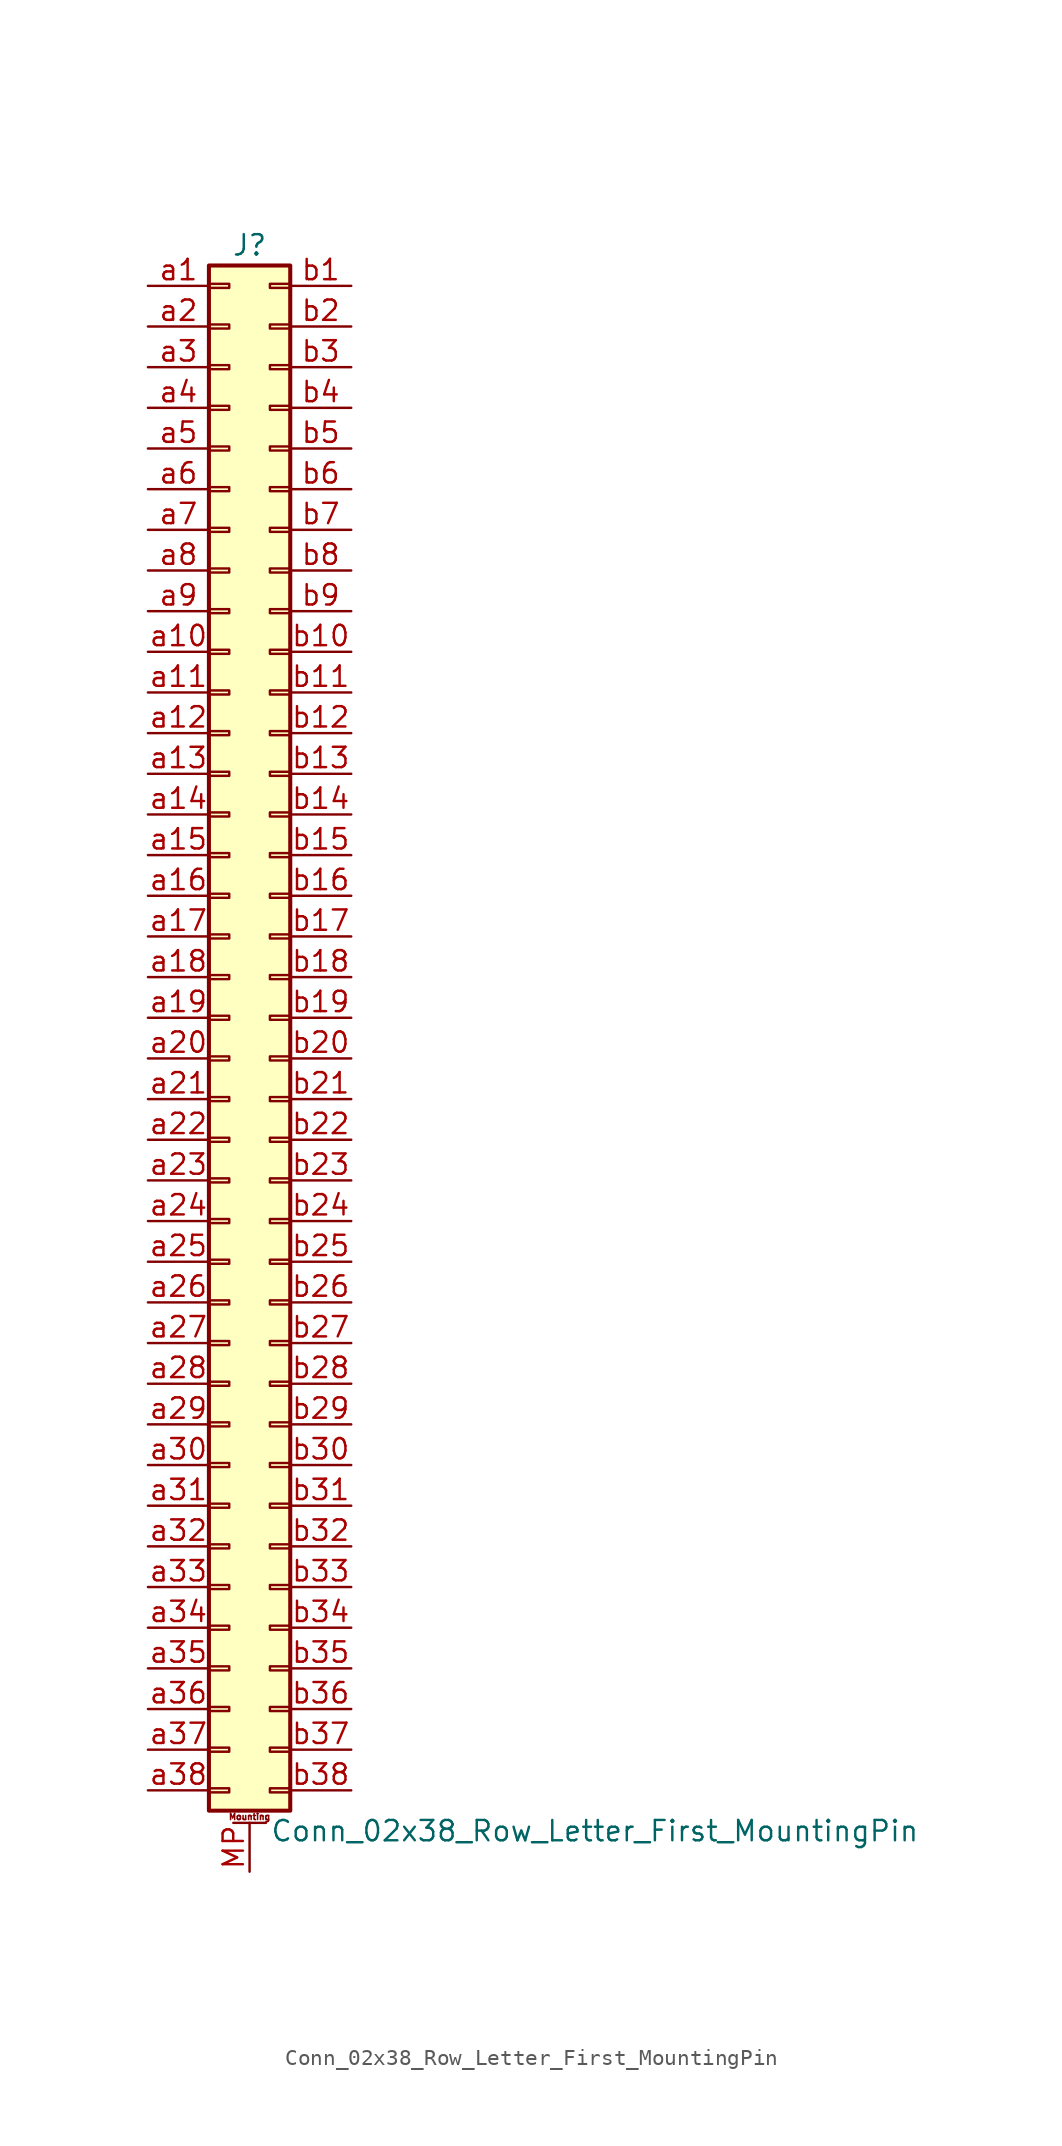
<source format=kicad_sym>
(kicad_symbol_lib
  (version 20201005)
  (generator kicad_symbol_editor)
  (symbol "Conn_02x38_Row_Letter_First_MountingPin"
    (pin_names
      (offset 1.016) hide)
    (property "Reference" "J"
      (at 1.27 48.26 0)
      (effects (font (size 1.27 1.27))))
    (property "Value" "Conn_02x38_Row_Letter_First_MountingPin"
      (at 2.54 -50.8 0)
      (effects (font (size 1.27 1.27)) (justify left)))
    (symbol "Conn_02x38_Row_Letter_First_MountingPin_1_1"
      (text "Mounting" (at 1.27 -49.911 0) (effects (font (size 0.381 0.381))))
      (rectangle (start -1.27 -48.133) (end 0 -48.387) (stroke (width 0.152)) (fill (type none)))
      (rectangle (start -1.27 -45.593) (end 0 -45.847) (stroke (width 0.152)) (fill (type none)))
      (rectangle (start -1.27 -43.053) (end 0 -43.307) (stroke (width 0.152)) (fill (type none)))
      (rectangle (start -1.27 -40.513) (end 0 -40.767) (stroke (width 0.152)) (fill (type none)))
      (rectangle (start -1.27 -37.973) (end 0 -38.227) (stroke (width 0.152)) (fill (type none)))
      (rectangle (start -1.27 -35.433) (end 0 -35.687) (stroke (width 0.152)) (fill (type none)))
      (rectangle (start -1.27 -32.893) (end 0 -33.147) (stroke (width 0.152)) (fill (type none)))
      (rectangle (start -1.27 -30.353) (end 0 -30.607) (stroke (width 0.152)) (fill (type none)))
      (rectangle (start -1.27 -27.813) (end 0 -28.067) (stroke (width 0.152)) (fill (type none)))
      (rectangle (start -1.27 -25.273) (end 0 -25.527) (stroke (width 0.152)) (fill (type none)))
      (rectangle (start -1.27 -22.733) (end 0 -22.987) (stroke (width 0.152)) (fill (type none)))
      (rectangle (start -1.27 -20.193) (end 0 -20.447) (stroke (width 0.152)) (fill (type none)))
      (rectangle (start -1.27 -17.653) (end 0 -17.907) (stroke (width 0.152)) (fill (type none)))
      (rectangle (start -1.27 -15.113) (end 0 -15.367) (stroke (width 0.152)) (fill (type none)))
      (rectangle (start -1.27 -12.573) (end 0 -12.827) (stroke (width 0.152)) (fill (type none)))
      (rectangle (start -1.27 -10.033) (end 0 -10.287) (stroke (width 0.152)) (fill (type none)))
      (rectangle (start -1.27 -7.493) (end 0 -7.747) (stroke (width 0.152)) (fill (type none)))
      (rectangle (start -1.27 -4.953) (end 0 -5.207) (stroke (width 0.152)) (fill (type none)))
      (rectangle (start -1.27 -2.413) (end 0 -2.667) (stroke (width 0.152)) (fill (type none)))
      (rectangle (start -1.27 0.127) (end 0 -0.127) (stroke (width 0.152)) (fill (type none)))
      (rectangle (start -1.27 2.667) (end 0 2.413) (stroke (width 0.152)) (fill (type none)))
      (rectangle (start -1.27 5.207) (end 0 4.953) (stroke (width 0.152)) (fill (type none)))
      (rectangle (start -1.27 7.747) (end 0 7.493) (stroke (width 0.152)) (fill (type none)))
      (rectangle (start -1.27 10.287) (end 0 10.033) (stroke (width 0.152)) (fill (type none)))
      (rectangle (start -1.27 12.827) (end 0 12.573) (stroke (width 0.152)) (fill (type none)))
      (rectangle (start -1.27 15.367) (end 0 15.113) (stroke (width 0.152)) (fill (type none)))
      (rectangle (start -1.27 17.907) (end 0 17.653) (stroke (width 0.152)) (fill (type none)))
      (rectangle (start -1.27 20.447) (end 0 20.193) (stroke (width 0.152)) (fill (type none)))
      (rectangle (start -1.27 22.987) (end 0 22.733) (stroke (width 0.152)) (fill (type none)))
      (rectangle (start -1.27 25.527) (end 0 25.273) (stroke (width 0.152)) (fill (type none)))
      (rectangle (start -1.27 28.067) (end 0 27.813) (stroke (width 0.152)) (fill (type none)))
      (rectangle (start -1.27 30.607) (end 0 30.353) (stroke (width 0.152)) (fill (type none)))
      (rectangle (start -1.27 33.147) (end 0 32.893) (stroke (width 0.152)) (fill (type none)))
      (rectangle (start -1.27 35.687) (end 0 35.433) (stroke (width 0.152)) (fill (type none)))
      (rectangle (start -1.27 38.227) (end 0 37.973) (stroke (width 0.152)) (fill (type none)))
      (rectangle (start -1.27 40.767) (end 0 40.513) (stroke (width 0.152)) (fill (type none)))
      (rectangle (start -1.27 43.307) (end 0 43.053) (stroke (width 0.152)) (fill (type none)))
      (rectangle (start -1.27 45.847) (end 0 45.593) (stroke (width 0.152)) (fill (type none)))
      (rectangle (start -1.27 46.99) (end 3.81 -49.53) (stroke (width 0.254)) (fill (type background)))
      (rectangle (start 3.81 -48.133) (end 2.54 -48.387) (stroke (width 0.152)) (fill (type none)))
      (rectangle (start 3.81 -45.593) (end 2.54 -45.847) (stroke (width 0.152)) (fill (type none)))
      (rectangle (start 3.81 -43.053) (end 2.54 -43.307) (stroke (width 0.152)) (fill (type none)))
      (rectangle (start 3.81 -40.513) (end 2.54 -40.767) (stroke (width 0.152)) (fill (type none)))
      (rectangle (start 3.81 -37.973) (end 2.54 -38.227) (stroke (width 0.152)) (fill (type none)))
      (rectangle (start 3.81 -35.433) (end 2.54 -35.687) (stroke (width 0.152)) (fill (type none)))
      (rectangle (start 3.81 -32.893) (end 2.54 -33.147) (stroke (width 0.152)) (fill (type none)))
      (rectangle (start 3.81 -30.353) (end 2.54 -30.607) (stroke (width 0.152)) (fill (type none)))
      (rectangle (start 3.81 -27.813) (end 2.54 -28.067) (stroke (width 0.152)) (fill (type none)))
      (rectangle (start 3.81 -25.273) (end 2.54 -25.527) (stroke (width 0.152)) (fill (type none)))
      (rectangle (start 3.81 -22.733) (end 2.54 -22.987) (stroke (width 0.152)) (fill (type none)))
      (rectangle (start 3.81 -20.193) (end 2.54 -20.447) (stroke (width 0.152)) (fill (type none)))
      (rectangle (start 3.81 -17.653) (end 2.54 -17.907) (stroke (width 0.152)) (fill (type none)))
      (rectangle (start 3.81 -15.113) (end 2.54 -15.367) (stroke (width 0.152)) (fill (type none)))
      (rectangle (start 3.81 -12.573) (end 2.54 -12.827) (stroke (width 0.152)) (fill (type none)))
      (rectangle (start 3.81 -10.033) (end 2.54 -10.287) (stroke (width 0.152)) (fill (type none)))
      (rectangle (start 3.81 -7.493) (end 2.54 -7.747) (stroke (width 0.152)) (fill (type none)))
      (rectangle (start 3.81 -4.953) (end 2.54 -5.207) (stroke (width 0.152)) (fill (type none)))
      (rectangle (start 3.81 -2.413) (end 2.54 -2.667) (stroke (width 0.152)) (fill (type none)))
      (rectangle (start 3.81 0.127) (end 2.54 -0.127) (stroke (width 0.152)) (fill (type none)))
      (rectangle (start 3.81 2.667) (end 2.54 2.413) (stroke (width 0.152)) (fill (type none)))
      (rectangle (start 3.81 5.207) (end 2.54 4.953) (stroke (width 0.152)) (fill (type none)))
      (rectangle (start 3.81 7.747) (end 2.54 7.493) (stroke (width 0.152)) (fill (type none)))
      (rectangle (start 3.81 10.287) (end 2.54 10.033) (stroke (width 0.152)) (fill (type none)))
      (rectangle (start 3.81 12.827) (end 2.54 12.573) (stroke (width 0.152)) (fill (type none)))
      (rectangle (start 3.81 15.367) (end 2.54 15.113) (stroke (width 0.152)) (fill (type none)))
      (rectangle (start 3.81 17.907) (end 2.54 17.653) (stroke (width 0.152)) (fill (type none)))
      (rectangle (start 3.81 20.447) (end 2.54 20.193) (stroke (width 0.152)) (fill (type none)))
      (rectangle (start 3.81 22.987) (end 2.54 22.733) (stroke (width 0.152)) (fill (type none)))
      (rectangle (start 3.81 25.527) (end 2.54 25.273) (stroke (width 0.152)) (fill (type none)))
      (rectangle (start 3.81 28.067) (end 2.54 27.813) (stroke (width 0.152)) (fill (type none)))
      (rectangle (start 3.81 30.607) (end 2.54 30.353) (stroke (width 0.152)) (fill (type none)))
      (rectangle (start 3.81 33.147) (end 2.54 32.893) (stroke (width 0.152)) (fill (type none)))
      (rectangle (start 3.81 35.687) (end 2.54 35.433) (stroke (width 0.152)) (fill (type none)))
      (rectangle (start 3.81 38.227) (end 2.54 37.973) (stroke (width 0.152)) (fill (type none)))
      (rectangle (start 3.81 40.767) (end 2.54 40.513) (stroke (width 0.152)) (fill (type none)))
      (rectangle (start 3.81 43.307) (end 2.54 43.053) (stroke (width 0.152)) (fill (type none)))
      (rectangle (start 3.81 45.847) (end 2.54 45.593) (stroke (width 0.152)) (fill (type none)))
      (polyline (pts (xy 0.254 -50.292) (xy 2.286 -50.292)) (stroke (width 0.152)) (fill (type none)))
      (pin passive line (at 1.27 -53.34 90) (length 3.048) (name "MountPin" (effects (font (size 1.27 1.27)))) (number "MP" (effects (font (size 1.27 1.27)))))
      (pin passive line (at -5.08 45.72 0) (length 3.81) (name "Pin_a1" (effects (font (size 1.27 1.27)))) (number "a1" (effects (font (size 1.27 1.27)))))
      (pin passive line (at -5.08 22.86 0) (length 3.81) (name "Pin_a10" (effects (font (size 1.27 1.27)))) (number "a10" (effects (font (size 1.27 1.27)))))
      (pin passive line (at -5.08 20.32 0) (length 3.81) (name "Pin_a11" (effects (font (size 1.27 1.27)))) (number "a11" (effects (font (size 1.27 1.27)))))
      (pin passive line (at -5.08 17.78 0) (length 3.81) (name "Pin_a12" (effects (font (size 1.27 1.27)))) (number "a12" (effects (font (size 1.27 1.27)))))
      (pin passive line (at -5.08 15.24 0) (length 3.81) (name "Pin_a13" (effects (font (size 1.27 1.27)))) (number "a13" (effects (font (size 1.27 1.27)))))
      (pin passive line (at -5.08 12.7 0) (length 3.81) (name "Pin_a14" (effects (font (size 1.27 1.27)))) (number "a14" (effects (font (size 1.27 1.27)))))
      (pin passive line (at -5.08 10.16 0) (length 3.81) (name "Pin_a15" (effects (font (size 1.27 1.27)))) (number "a15" (effects (font (size 1.27 1.27)))))
      (pin passive line (at -5.08 7.62 0) (length 3.81) (name "Pin_a16" (effects (font (size 1.27 1.27)))) (number "a16" (effects (font (size 1.27 1.27)))))
      (pin passive line (at -5.08 5.08 0) (length 3.81) (name "Pin_a17" (effects (font (size 1.27 1.27)))) (number "a17" (effects (font (size 1.27 1.27)))))
      (pin passive line (at -5.08 2.54 0) (length 3.81) (name "Pin_a18" (effects (font (size 1.27 1.27)))) (number "a18" (effects (font (size 1.27 1.27)))))
      (pin passive line (at -5.08 0 0) (length 3.81) (name "Pin_a19" (effects (font (size 1.27 1.27)))) (number "a19" (effects (font (size 1.27 1.27)))))
      (pin passive line (at -5.08 43.18 0) (length 3.81) (name "Pin_a2" (effects (font (size 1.27 1.27)))) (number "a2" (effects (font (size 1.27 1.27)))))
      (pin passive line (at -5.08 -2.54 0) (length 3.81) (name "Pin_a20" (effects (font (size 1.27 1.27)))) (number "a20" (effects (font (size 1.27 1.27)))))
      (pin passive line (at -5.08 -5.08 0) (length 3.81) (name "Pin_a21" (effects (font (size 1.27 1.27)))) (number "a21" (effects (font (size 1.27 1.27)))))
      (pin passive line (at -5.08 -7.62 0) (length 3.81) (name "Pin_a22" (effects (font (size 1.27 1.27)))) (number "a22" (effects (font (size 1.27 1.27)))))
      (pin passive line (at -5.08 -10.16 0) (length 3.81) (name "Pin_a23" (effects (font (size 1.27 1.27)))) (number "a23" (effects (font (size 1.27 1.27)))))
      (pin passive line (at -5.08 -12.7 0) (length 3.81) (name "Pin_a24" (effects (font (size 1.27 1.27)))) (number "a24" (effects (font (size 1.27 1.27)))))
      (pin passive line (at -5.08 -15.24 0) (length 3.81) (name "Pin_a25" (effects (font (size 1.27 1.27)))) (number "a25" (effects (font (size 1.27 1.27)))))
      (pin passive line (at -5.08 -17.78 0) (length 3.81) (name "Pin_a26" (effects (font (size 1.27 1.27)))) (number "a26" (effects (font (size 1.27 1.27)))))
      (pin passive line (at -5.08 -20.32 0) (length 3.81) (name "Pin_a27" (effects (font (size 1.27 1.27)))) (number "a27" (effects (font (size 1.27 1.27)))))
      (pin passive line (at -5.08 -22.86 0) (length 3.81) (name "Pin_a28" (effects (font (size 1.27 1.27)))) (number "a28" (effects (font (size 1.27 1.27)))))
      (pin passive line (at -5.08 -25.4 0) (length 3.81) (name "Pin_a29" (effects (font (size 1.27 1.27)))) (number "a29" (effects (font (size 1.27 1.27)))))
      (pin passive line (at -5.08 40.64 0) (length 3.81) (name "Pin_a3" (effects (font (size 1.27 1.27)))) (number "a3" (effects (font (size 1.27 1.27)))))
      (pin passive line (at -5.08 -27.94 0) (length 3.81) (name "Pin_a30" (effects (font (size 1.27 1.27)))) (number "a30" (effects (font (size 1.27 1.27)))))
      (pin passive line (at -5.08 -30.48 0) (length 3.81) (name "Pin_a31" (effects (font (size 1.27 1.27)))) (number "a31" (effects (font (size 1.27 1.27)))))
      (pin passive line (at -5.08 -33.02 0) (length 3.81) (name "Pin_a32" (effects (font (size 1.27 1.27)))) (number "a32" (effects (font (size 1.27 1.27)))))
      (pin passive line (at -5.08 -35.56 0) (length 3.81) (name "Pin_a33" (effects (font (size 1.27 1.27)))) (number "a33" (effects (font (size 1.27 1.27)))))
      (pin passive line (at -5.08 -38.1 0) (length 3.81) (name "Pin_a34" (effects (font (size 1.27 1.27)))) (number "a34" (effects (font (size 1.27 1.27)))))
      (pin passive line (at -5.08 -40.64 0) (length 3.81) (name "Pin_a35" (effects (font (size 1.27 1.27)))) (number "a35" (effects (font (size 1.27 1.27)))))
      (pin passive line (at -5.08 -43.18 0) (length 3.81) (name "Pin_a36" (effects (font (size 1.27 1.27)))) (number "a36" (effects (font (size 1.27 1.27)))))
      (pin passive line (at -5.08 -45.72 0) (length 3.81) (name "Pin_a37" (effects (font (size 1.27 1.27)))) (number "a37" (effects (font (size 1.27 1.27)))))
      (pin passive line (at -5.08 -48.26 0) (length 3.81) (name "Pin_a38" (effects (font (size 1.27 1.27)))) (number "a38" (effects (font (size 1.27 1.27)))))
      (pin passive line (at -5.08 38.1 0) (length 3.81) (name "Pin_a4" (effects (font (size 1.27 1.27)))) (number "a4" (effects (font (size 1.27 1.27)))))
      (pin passive line (at -5.08 35.56 0) (length 3.81) (name "Pin_a5" (effects (font (size 1.27 1.27)))) (number "a5" (effects (font (size 1.27 1.27)))))
      (pin passive line (at -5.08 33.02 0) (length 3.81) (name "Pin_a6" (effects (font (size 1.27 1.27)))) (number "a6" (effects (font (size 1.27 1.27)))))
      (pin passive line (at -5.08 30.48 0) (length 3.81) (name "Pin_a7" (effects (font (size 1.27 1.27)))) (number "a7" (effects (font (size 1.27 1.27)))))
      (pin passive line (at -5.08 27.94 0) (length 3.81) (name "Pin_a8" (effects (font (size 1.27 1.27)))) (number "a8" (effects (font (size 1.27 1.27)))))
      (pin passive line (at -5.08 25.4 0) (length 3.81) (name "Pin_a9" (effects (font (size 1.27 1.27)))) (number "a9" (effects (font (size 1.27 1.27)))))
      (pin passive line (at 7.62 45.72 180) (length 3.81) (name "Pin_b1" (effects (font (size 1.27 1.27)))) (number "b1" (effects (font (size 1.27 1.27)))))
      (pin passive line (at 7.62 22.86 180) (length 3.81) (name "Pin_b10" (effects (font (size 1.27 1.27)))) (number "b10" (effects (font (size 1.27 1.27)))))
      (pin passive line (at 7.62 20.32 180) (length 3.81) (name "Pin_b11" (effects (font (size 1.27 1.27)))) (number "b11" (effects (font (size 1.27 1.27)))))
      (pin passive line (at 7.62 17.78 180) (length 3.81) (name "Pin_b12" (effects (font (size 1.27 1.27)))) (number "b12" (effects (font (size 1.27 1.27)))))
      (pin passive line (at 7.62 15.24 180) (length 3.81) (name "Pin_b13" (effects (font (size 1.27 1.27)))) (number "b13" (effects (font (size 1.27 1.27)))))
      (pin passive line (at 7.62 12.7 180) (length 3.81) (name "Pin_b14" (effects (font (size 1.27 1.27)))) (number "b14" (effects (font (size 1.27 1.27)))))
      (pin passive line (at 7.62 10.16 180) (length 3.81) (name "Pin_b15" (effects (font (size 1.27 1.27)))) (number "b15" (effects (font (size 1.27 1.27)))))
      (pin passive line (at 7.62 7.62 180) (length 3.81) (name "Pin_b16" (effects (font (size 1.27 1.27)))) (number "b16" (effects (font (size 1.27 1.27)))))
      (pin passive line (at 7.62 5.08 180) (length 3.81) (name "Pin_b17" (effects (font (size 1.27 1.27)))) (number "b17" (effects (font (size 1.27 1.27)))))
      (pin passive line (at 7.62 2.54 180) (length 3.81) (name "Pin_b18" (effects (font (size 1.27 1.27)))) (number "b18" (effects (font (size 1.27 1.27)))))
      (pin passive line (at 7.62 0 180) (length 3.81) (name "Pin_b19" (effects (font (size 1.27 1.27)))) (number "b19" (effects (font (size 1.27 1.27)))))
      (pin passive line (at 7.62 43.18 180) (length 3.81) (name "Pin_b2" (effects (font (size 1.27 1.27)))) (number "b2" (effects (font (size 1.27 1.27)))))
      (pin passive line (at 7.62 -2.54 180) (length 3.81) (name "Pin_b20" (effects (font (size 1.27 1.27)))) (number "b20" (effects (font (size 1.27 1.27)))))
      (pin passive line (at 7.62 -5.08 180) (length 3.81) (name "Pin_b21" (effects (font (size 1.27 1.27)))) (number "b21" (effects (font (size 1.27 1.27)))))
      (pin passive line (at 7.62 -7.62 180) (length 3.81) (name "Pin_b22" (effects (font (size 1.27 1.27)))) (number "b22" (effects (font (size 1.27 1.27)))))
      (pin passive line (at 7.62 -10.16 180) (length 3.81) (name "Pin_b23" (effects (font (size 1.27 1.27)))) (number "b23" (effects (font (size 1.27 1.27)))))
      (pin passive line (at 7.62 -12.7 180) (length 3.81) (name "Pin_b24" (effects (font (size 1.27 1.27)))) (number "b24" (effects (font (size 1.27 1.27)))))
      (pin passive line (at 7.62 -15.24 180) (length 3.81) (name "Pin_b25" (effects (font (size 1.27 1.27)))) (number "b25" (effects (font (size 1.27 1.27)))))
      (pin passive line (at 7.62 -17.78 180) (length 3.81) (name "Pin_b26" (effects (font (size 1.27 1.27)))) (number "b26" (effects (font (size 1.27 1.27)))))
      (pin passive line (at 7.62 -20.32 180) (length 3.81) (name "Pin_b27" (effects (font (size 1.27 1.27)))) (number "b27" (effects (font (size 1.27 1.27)))))
      (pin passive line (at 7.62 -22.86 180) (length 3.81) (name "Pin_b28" (effects (font (size 1.27 1.27)))) (number "b28" (effects (font (size 1.27 1.27)))))
      (pin passive line (at 7.62 -25.4 180) (length 3.81) (name "Pin_b29" (effects (font (size 1.27 1.27)))) (number "b29" (effects (font (size 1.27 1.27)))))
      (pin passive line (at 7.62 40.64 180) (length 3.81) (name "Pin_b3" (effects (font (size 1.27 1.27)))) (number "b3" (effects (font (size 1.27 1.27)))))
      (pin passive line (at 7.62 -27.94 180) (length 3.81) (name "Pin_b30" (effects (font (size 1.27 1.27)))) (number "b30" (effects (font (size 1.27 1.27)))))
      (pin passive line (at 7.62 -30.48 180) (length 3.81) (name "Pin_b31" (effects (font (size 1.27 1.27)))) (number "b31" (effects (font (size 1.27 1.27)))))
      (pin passive line (at 7.62 -33.02 180) (length 3.81) (name "Pin_b32" (effects (font (size 1.27 1.27)))) (number "b32" (effects (font (size 1.27 1.27)))))
      (pin passive line (at 7.62 -35.56 180) (length 3.81) (name "Pin_b33" (effects (font (size 1.27 1.27)))) (number "b33" (effects (font (size 1.27 1.27)))))
      (pin passive line (at 7.62 -38.1 180) (length 3.81) (name "Pin_b34" (effects (font (size 1.27 1.27)))) (number "b34" (effects (font (size 1.27 1.27)))))
      (pin passive line (at 7.62 -40.64 180) (length 3.81) (name "Pin_b35" (effects (font (size 1.27 1.27)))) (number "b35" (effects (font (size 1.27 1.27)))))
      (pin passive line (at 7.62 -43.18 180) (length 3.81) (name "Pin_b36" (effects (font (size 1.27 1.27)))) (number "b36" (effects (font (size 1.27 1.27)))))
      (pin passive line (at 7.62 -45.72 180) (length 3.81) (name "Pin_b37" (effects (font (size 1.27 1.27)))) (number "b37" (effects (font (size 1.27 1.27)))))
      (pin passive line (at 7.62 -48.26 180) (length 3.81) (name "Pin_b38" (effects (font (size 1.27 1.27)))) (number "b38" (effects (font (size 1.27 1.27)))))
      (pin passive line (at 7.62 38.1 180) (length 3.81) (name "Pin_b4" (effects (font (size 1.27 1.27)))) (number "b4" (effects (font (size 1.27 1.27)))))
      (pin passive line (at 7.62 35.56 180) (length 3.81) (name "Pin_b5" (effects (font (size 1.27 1.27)))) (number "b5" (effects (font (size 1.27 1.27)))))
      (pin passive line (at 7.62 33.02 180) (length 3.81) (name "Pin_b6" (effects (font (size 1.27 1.27)))) (number "b6" (effects (font (size 1.27 1.27)))))
      (pin passive line (at 7.62 30.48 180) (length 3.81) (name "Pin_b7" (effects (font (size 1.27 1.27)))) (number "b7" (effects (font (size 1.27 1.27)))))
      (pin passive line (at 7.62 27.94 180) (length 3.81) (name "Pin_b8" (effects (font (size 1.27 1.27)))) (number "b8" (effects (font (size 1.27 1.27)))))
      (pin passive line (at 7.62 25.4 180) (length 3.81) (name "Pin_b9" (effects (font (size 1.27 1.27)))) (number "b9" (effects (font (size 1.27 1.27))))))))
</source>
